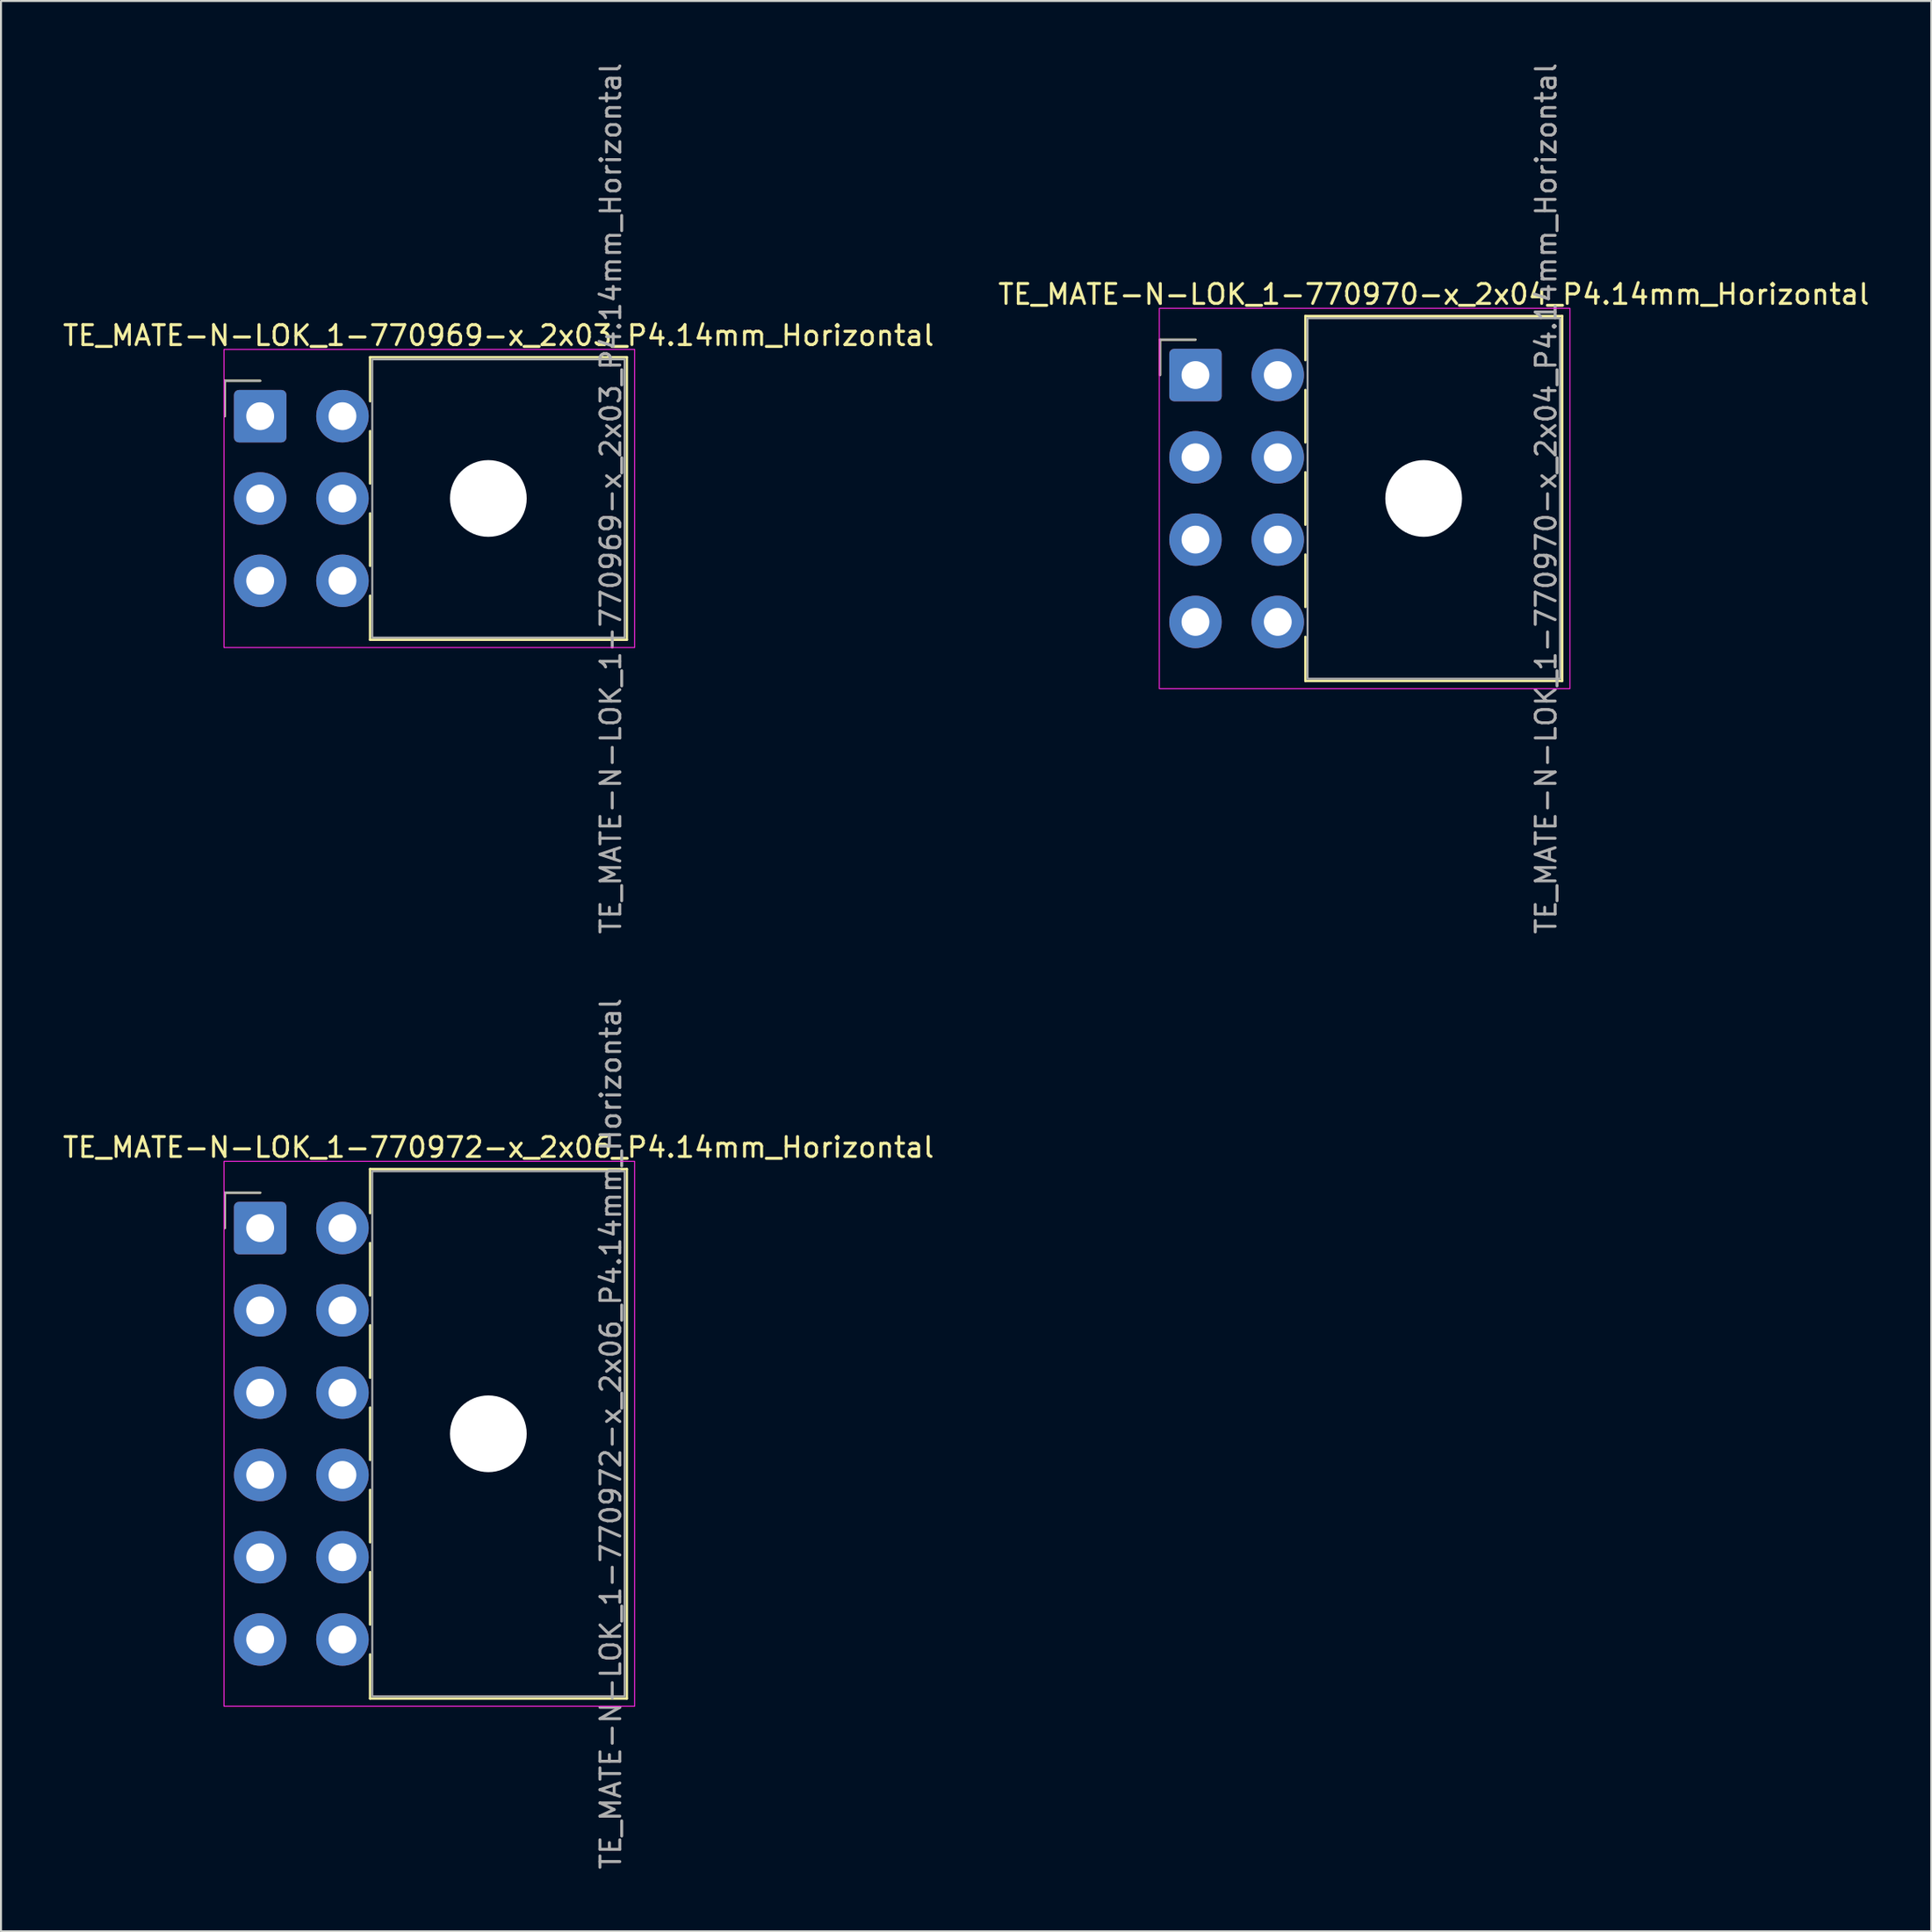
<source format=kicad_pcb>
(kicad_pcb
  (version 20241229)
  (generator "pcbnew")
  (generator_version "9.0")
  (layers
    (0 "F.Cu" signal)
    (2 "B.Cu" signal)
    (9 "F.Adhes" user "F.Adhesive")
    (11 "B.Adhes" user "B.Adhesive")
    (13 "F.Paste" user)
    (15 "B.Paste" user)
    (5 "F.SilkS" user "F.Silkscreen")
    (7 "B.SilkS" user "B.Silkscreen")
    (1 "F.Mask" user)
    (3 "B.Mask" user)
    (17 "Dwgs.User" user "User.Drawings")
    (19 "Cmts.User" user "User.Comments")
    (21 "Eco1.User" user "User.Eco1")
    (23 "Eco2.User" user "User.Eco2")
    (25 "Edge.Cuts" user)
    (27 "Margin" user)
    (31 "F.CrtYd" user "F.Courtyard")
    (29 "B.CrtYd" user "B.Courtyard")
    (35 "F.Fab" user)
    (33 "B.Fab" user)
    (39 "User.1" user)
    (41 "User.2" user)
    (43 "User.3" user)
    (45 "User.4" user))
  (footprint "TE_MATE-N-LOK_1-770970-x_2x04_P4.14mm_Horizontal"
    (layer "F.Cu")
    (at 57.099 15.82)
    (property "Reference" "TE_MATE-N-LOK_1-770970-x_2x04_P4.14mm_Horizontal" (at 11.99 -4.06 0) (layer "F.SilkS") (effects (font (size 1 1) (thickness 0.15))))
    (attr through_hole)
    (fp_line (start -1.78 -1.78) (end -1.78 0) (stroke (width 0.12) (type solid)) (layer "F.SilkS"))
    (fp_line (start 0 -1.78) (end -1.78 -1.78) (stroke (width 0.12) (type solid)) (layer "F.SilkS"))
    (fp_line (start 5.53 -2.97) (end 18.45 -2.97) (stroke (width 0.12) (type solid)) (layer "F.SilkS"))
    (fp_line (start 5.53 -0.751) (end 5.53 -2.97) (stroke (width 0.12) (type solid)) (layer "F.SilkS"))
    (fp_line (start 5.53 0.751) (end 5.53 3.389) (stroke (width 0.12) (type solid)) (layer "F.SilkS"))
    (fp_line (start 5.53 4.891) (end 5.53 7.529) (stroke (width 0.12) (type solid)) (layer "F.SilkS"))
    (fp_line (start 5.53 9.031) (end 5.53 11.669) (stroke (width 0.12) (type solid)) (layer "F.SilkS"))
    (fp_line (start 5.53 15.39) (end 5.53 13.171) (stroke (width 0.12) (type solid)) (layer "F.SilkS"))
    (fp_line (start 18.45 -2.97) (end 18.45 15.39) (stroke (width 0.12) (type solid)) (layer "F.SilkS"))
    (fp_line (start 18.45 15.39) (end 5.53 15.39) (stroke (width 0.12) (type solid)) (layer "F.SilkS"))
    (fp_rect (start -1.82 -3.36) (end 18.84 15.78) (stroke (width 0.05) (type solid)) (fill no) (layer "F.CrtYd"))
    (fp_line (start -1.78 -1.78) (end -1.78 0) (stroke (width 0.1) (type solid)) (layer "F.Fab"))
    (fp_line (start 0 -1.78) (end -1.78 -1.78) (stroke (width 0.1) (type solid)) (layer "F.Fab"))
    (fp_rect (start 5.64 -2.86) (end 18.34 15.28) (stroke (width 0.1) (type solid)) (fill no) (layer "F.Fab"))
    (fp_text user "${REFERENCE}" (at 17.64 6.21 90) (layer "F.Fab") (effects (font (size 1 1) (thickness 0.15))))
    (pad "" np_thru_hole circle (at 11.48 6.21) (size 3.86 3.86) (drill 3.86) (layers "*.Cu" "*.Mask"))
    (pad "1" thru_hole roundrect (at 0 0) (size 2.64 2.64) (drill 1.4) (layers "*.Cu" "*.Mask") (roundrect_rratio 0.095))
    (pad "2" thru_hole circle (at 0 4.14) (size 2.64 2.64) (drill 1.4) (layers "*.Cu" "*.Mask"))
    (pad "3" thru_hole circle (at 0 8.28) (size 2.64 2.64) (drill 1.4) (layers "*.Cu" "*.Mask"))
    (pad "4" thru_hole circle (at 0 12.42) (size 2.64 2.64) (drill 1.4) (layers "*.Cu" "*.Mask"))
    (pad "5" thru_hole circle (at 4.14 0) (size 2.64 2.64) (drill 1.4) (layers "*.Cu" "*.Mask"))
    (pad "6" thru_hole circle (at 4.14 4.14) (size 2.64 2.64) (drill 1.4) (layers "*.Cu" "*.Mask"))
    (pad "7" thru_hole circle (at 4.14 8.28) (size 2.64 2.64) (drill 1.4) (layers "*.Cu" "*.Mask"))
    (pad "8" thru_hole circle (at 4.14 12.42) (size 2.64 2.64) (drill 1.4) (layers "*.Cu" "*.Mask")))
  (footprint "TE_MATE-N-LOK_1-770972-x_2x06_P4.14mm_Horizontal"
    (layer "F.Cu")
    (at 10.04 58.739)
    (property "Reference" "TE_MATE-N-LOK_1-770972-x_2x06_P4.14mm_Horizontal" (at 11.99 -4.06 0) (layer "F.SilkS") (effects (font (size 1 1) (thickness 0.15))))
    (attr through_hole)
    (fp_line (start -1.78 -1.78) (end -1.78 0) (stroke (width 0.12) (type solid)) (layer "F.SilkS"))
    (fp_line (start 0 -1.78) (end -1.78 -1.78) (stroke (width 0.12) (type solid)) (layer "F.SilkS"))
    (fp_line (start 5.53 -2.97) (end 18.45 -2.97) (stroke (width 0.12) (type solid)) (layer "F.SilkS"))
    (fp_line (start 5.53 -0.751) (end 5.53 -2.97) (stroke (width 0.12) (type solid)) (layer "F.SilkS"))
    (fp_line (start 5.53 0.751) (end 5.53 3.389) (stroke (width 0.12) (type solid)) (layer "F.SilkS"))
    (fp_line (start 5.53 4.891) (end 5.53 7.529) (stroke (width 0.12) (type solid)) (layer "F.SilkS"))
    (fp_line (start 5.53 9.031) (end 5.53 11.669) (stroke (width 0.12) (type solid)) (layer "F.SilkS"))
    (fp_line (start 5.53 13.171) (end 5.53 15.809) (stroke (width 0.12) (type solid)) (layer "F.SilkS"))
    (fp_line (start 5.53 17.311) (end 5.53 19.949) (stroke (width 0.12) (type solid)) (layer "F.SilkS"))
    (fp_line (start 5.53 23.67) (end 5.53 21.451) (stroke (width 0.12) (type solid)) (layer "F.SilkS"))
    (fp_line (start 18.45 -2.97) (end 18.45 23.67) (stroke (width 0.12) (type solid)) (layer "F.SilkS"))
    (fp_line (start 18.45 23.67) (end 5.53 23.67) (stroke (width 0.12) (type solid)) (layer "F.SilkS"))
    (fp_rect (start -1.82 -3.36) (end 18.84 24.06) (stroke (width 0.05) (type solid)) (fill no) (layer "F.CrtYd"))
    (fp_line (start -1.78 -1.78) (end -1.78 0) (stroke (width 0.1) (type solid)) (layer "F.Fab"))
    (fp_line (start 0 -1.78) (end -1.78 -1.78) (stroke (width 0.1) (type solid)) (layer "F.Fab"))
    (fp_rect (start 5.64 -2.86) (end 18.34 23.56) (stroke (width 0.1) (type solid)) (fill no) (layer "F.Fab"))
    (fp_text user "${REFERENCE}" (at 17.64 10.35 90) (layer "F.Fab") (effects (font (size 1 1) (thickness 0.15))))
    (pad "" np_thru_hole circle (at 11.48 10.35) (size 3.86 3.86) (drill 3.86) (layers "*.Cu" "*.Mask"))
    (pad "1" thru_hole roundrect (at 0 0) (size 2.64 2.64) (drill 1.4) (layers "*.Cu" "*.Mask") (roundrect_rratio 0.095))
    (pad "2" thru_hole circle (at 0 4.14) (size 2.64 2.64) (drill 1.4) (layers "*.Cu" "*.Mask"))
    (pad "3" thru_hole circle (at 0 8.28) (size 2.64 2.64) (drill 1.4) (layers "*.Cu" "*.Mask"))
    (pad "4" thru_hole circle (at 0 12.42) (size 2.64 2.64) (drill 1.4) (layers "*.Cu" "*.Mask"))
    (pad "5" thru_hole circle (at 0 16.56) (size 2.64 2.64) (drill 1.4) (layers "*.Cu" "*.Mask"))
    (pad "6" thru_hole circle (at 0 20.7) (size 2.64 2.64) (drill 1.4) (layers "*.Cu" "*.Mask"))
    (pad "7" thru_hole circle (at 4.14 0) (size 2.64 2.64) (drill 1.4) (layers "*.Cu" "*.Mask"))
    (pad "8" thru_hole circle (at 4.14 4.14) (size 2.64 2.64) (drill 1.4) (layers "*.Cu" "*.Mask"))
    (pad "9" thru_hole circle (at 4.14 8.28) (size 2.64 2.64) (drill 1.4) (layers "*.Cu" "*.Mask"))
    (pad "10" thru_hole circle (at 4.14 12.42) (size 2.64 2.64) (drill 1.4) (layers "*.Cu" "*.Mask"))
    (pad "11" thru_hole circle (at 4.14 16.56) (size 2.64 2.64) (drill 1.4) (layers "*.Cu" "*.Mask"))
    (pad "12" thru_hole circle (at 4.14 20.7) (size 2.64 2.64) (drill 1.4) (layers "*.Cu" "*.Mask")))
  (footprint "TE_MATE-N-LOK_1-770969-x_2x03_P4.14mm_Horizontal"
    (layer "F.Cu")
    (at 10.04 17.89)
    (property "Reference" "TE_MATE-N-LOK_1-770969-x_2x03_P4.14mm_Horizontal" (at 11.99 -4.06 0) (layer "F.SilkS") (effects (font (size 1 1) (thickness 0.15))))
    (attr through_hole)
    (fp_line (start -1.78 -1.78) (end -1.78 0) (stroke (width 0.12) (type solid)) (layer "F.SilkS"))
    (fp_line (start 0 -1.78) (end -1.78 -1.78) (stroke (width 0.12) (type solid)) (layer "F.SilkS"))
    (fp_line (start 5.53 -2.97) (end 18.45 -2.97) (stroke (width 0.12) (type solid)) (layer "F.SilkS"))
    (fp_line (start 5.53 -0.751) (end 5.53 -2.97) (stroke (width 0.12) (type solid)) (layer "F.SilkS"))
    (fp_line (start 5.53 0.751) (end 5.53 3.389) (stroke (width 0.12) (type solid)) (layer "F.SilkS"))
    (fp_line (start 5.53 4.891) (end 5.53 7.529) (stroke (width 0.12) (type solid)) (layer "F.SilkS"))
    (fp_line (start 5.53 11.25) (end 5.53 9.031) (stroke (width 0.12) (type solid)) (layer "F.SilkS"))
    (fp_line (start 18.45 -2.97) (end 18.45 11.25) (stroke (width 0.12) (type solid)) (layer "F.SilkS"))
    (fp_line (start 18.45 11.25) (end 5.53 11.25) (stroke (width 0.12) (type solid)) (layer "F.SilkS"))
    (fp_rect (start -1.82 -3.36) (end 18.84 11.64) (stroke (width 0.05) (type solid)) (fill no) (layer "F.CrtYd"))
    (fp_line (start -1.78 -1.78) (end -1.78 0) (stroke (width 0.1) (type solid)) (layer "F.Fab"))
    (fp_line (start 0 -1.78) (end -1.78 -1.78) (stroke (width 0.1) (type solid)) (layer "F.Fab"))
    (fp_rect (start 5.64 -2.86) (end 18.34 11.14) (stroke (width 0.1) (type solid)) (fill no) (layer "F.Fab"))
    (fp_text user "${REFERENCE}" (at 17.64 4.14 90) (layer "F.Fab") (effects (font (size 1 1) (thickness 0.15))))
    (pad "" np_thru_hole circle (at 11.48 4.14) (size 3.86 3.86) (drill 3.86) (layers "*.Cu" "*.Mask"))
    (pad "1" thru_hole roundrect (at 0 0) (size 2.64 2.64) (drill 1.4) (layers "*.Cu" "*.Mask") (roundrect_rratio 0.095))
    (pad "2" thru_hole circle (at 0 4.14) (size 2.64 2.64) (drill 1.4) (layers "*.Cu" "*.Mask"))
    (pad "3" thru_hole circle (at 0 8.28) (size 2.64 2.64) (drill 1.4) (layers "*.Cu" "*.Mask"))
    (pad "4" thru_hole circle (at 4.14 0) (size 2.64 2.64) (drill 1.4) (layers "*.Cu" "*.Mask"))
    (pad "5" thru_hole circle (at 4.14 4.14) (size 2.64 2.64) (drill 1.4) (layers "*.Cu" "*.Mask"))
    (pad "6" thru_hole circle (at 4.14 8.28) (size 2.64 2.64) (drill 1.4) (layers "*.Cu" "*.Mask")))
  (gr_rect
    (start -3 -3)
    (end 94.119 94.119)
    (stroke (width 0.1) (type default))
    (fill no)
    (layer "Edge.Cuts")))
</source>
